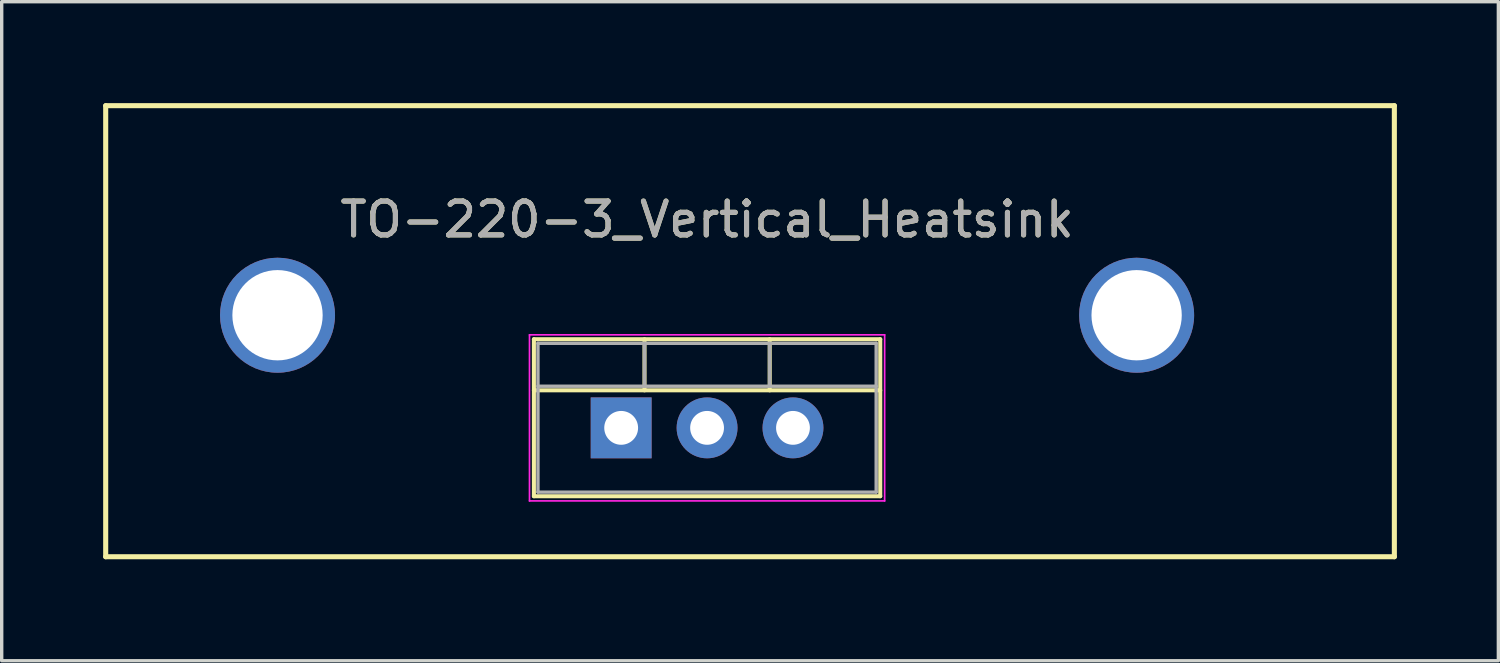
<source format=kicad_pcb>
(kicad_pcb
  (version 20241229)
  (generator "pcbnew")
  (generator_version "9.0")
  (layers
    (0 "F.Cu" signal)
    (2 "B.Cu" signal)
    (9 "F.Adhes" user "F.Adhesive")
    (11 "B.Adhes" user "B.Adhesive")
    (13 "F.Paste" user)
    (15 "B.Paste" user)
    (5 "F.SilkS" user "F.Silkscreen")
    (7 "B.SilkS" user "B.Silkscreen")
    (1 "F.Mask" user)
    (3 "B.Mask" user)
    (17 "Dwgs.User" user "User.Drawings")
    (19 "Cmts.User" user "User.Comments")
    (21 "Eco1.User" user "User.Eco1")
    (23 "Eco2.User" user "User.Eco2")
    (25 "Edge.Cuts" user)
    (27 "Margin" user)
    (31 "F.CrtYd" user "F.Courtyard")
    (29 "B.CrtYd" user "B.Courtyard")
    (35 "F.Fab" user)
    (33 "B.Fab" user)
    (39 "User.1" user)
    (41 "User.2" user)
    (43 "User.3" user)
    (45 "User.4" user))
  (footprint "TO-220-3_Vertical_Heatsink"
    (layer "F.Cu")
    (at 17.855 6.425)
    (property "Reference" "TO-220-3_Vertical_Heatsink" (at 0 -2.985 0) (layer "F.SilkS") (effects (font (size 1 1) (thickness 0.15))))
    (attr through_hole)
    (fp_line (start -17.78 -6.35) (end -17.78 6.985) (stroke (width 0.15) (type solid)) (layer "F.SilkS"))
    (fp_line (start -17.78 6.985) (end 20.32 6.985) (stroke (width 0.15) (type solid)) (layer "F.SilkS"))
    (fp_line (start -5.12 0.555) (end -5.12 5.196) (stroke (width 0.12) (type solid)) (layer "F.SilkS"))
    (fp_line (start -5.12 0.555) (end 5.12 0.555) (stroke (width 0.12) (type solid)) (layer "F.SilkS"))
    (fp_line (start -5.12 2.065) (end 5.12 2.065) (stroke (width 0.12) (type solid)) (layer "F.SilkS"))
    (fp_line (start -5.12 5.196) (end 5.12 5.196) (stroke (width 0.12) (type solid)) (layer "F.SilkS"))
    (fp_line (start -1.85 0.555) (end -1.85 2.065) (stroke (width 0.12) (type solid)) (layer "F.SilkS"))
    (fp_line (start 1.851 0.555) (end 1.851 2.065) (stroke (width 0.12) (type solid)) (layer "F.SilkS"))
    (fp_line (start 5.12 0.555) (end 5.12 5.196) (stroke (width 0.12) (type solid)) (layer "F.SilkS"))
    (fp_line (start 20.32 -6.35) (end -17.78 -6.35) (stroke (width 0.15) (type solid)) (layer "F.SilkS"))
    (fp_line (start 20.32 6.985) (end 20.32 -6.35) (stroke (width 0.15) (type solid)) (layer "F.SilkS"))
    (fp_line (start -5.25 0.425) (end -5.25 5.335) (stroke (width 0.05) (type solid)) (layer "F.CrtYd"))
    (fp_line (start -5.25 5.335) (end 5.25 5.335) (stroke (width 0.05) (type solid)) (layer "F.CrtYd"))
    (fp_line (start 5.25 0.425) (end -5.25 0.425) (stroke (width 0.05) (type solid)) (layer "F.CrtYd"))
    (fp_line (start 5.25 5.335) (end 5.25 0.425) (stroke (width 0.05) (type solid)) (layer "F.CrtYd"))
    (fp_line (start -5 0.675) (end -5 5.075) (stroke (width 0.1) (type solid)) (layer "F.Fab"))
    (fp_line (start -5 1.945) (end 5 1.945) (stroke (width 0.1) (type solid)) (layer "F.Fab"))
    (fp_line (start -5 5.075) (end 5 5.075) (stroke (width 0.1) (type solid)) (layer "F.Fab"))
    (fp_line (start -1.85 0.675) (end -1.85 1.945) (stroke (width 0.1) (type solid)) (layer "F.Fab"))
    (fp_line (start 1.85 0.675) (end 1.85 1.945) (stroke (width 0.1) (type solid)) (layer "F.Fab"))
    (fp_line (start 5 0.675) (end -5 0.675) (stroke (width 0.1) (type solid)) (layer "F.Fab"))
    (fp_line (start 5 5.075) (end 5 0.675) (stroke (width 0.1) (type solid)) (layer "F.Fab"))
    (fp_text user "${REFERENCE}" (at 0 -2.985 0) (layer "F.Fab") (effects (font (size 1 1) (thickness 0.15))))
    (pad "1" thru_hole rect (at -2.54 3.175) (size 1.8 1.8) (drill 1) (layers "*.Cu" "*.Mask"))
    (pad "2" thru_hole oval (at 0 3.175) (size 1.8 1.8) (drill 1) (layers "*.Cu" "*.Mask"))
    (pad "3" thru_hole oval (at 2.54 3.175) (size 1.8 1.8) (drill 1) (layers "*.Cu" "*.Mask"))
    (pad "4" thru_hole circle (at 12.7 -0.155) (size 3.4 3.4) (drill 2.67) (layers "*.Cu" "*.Mask"))
    (pad "5" thru_hole circle (at -12.7 -0.155) (size 3.4 3.4) (drill 2.67) (layers "*.Cu" "*.Mask")))
  (gr_rect
    (start -3 -3)
    (end 41.25 16.485)
    (stroke (width 0.1) (type default))
    (fill no)
    (layer "Edge.Cuts")))
</source>
